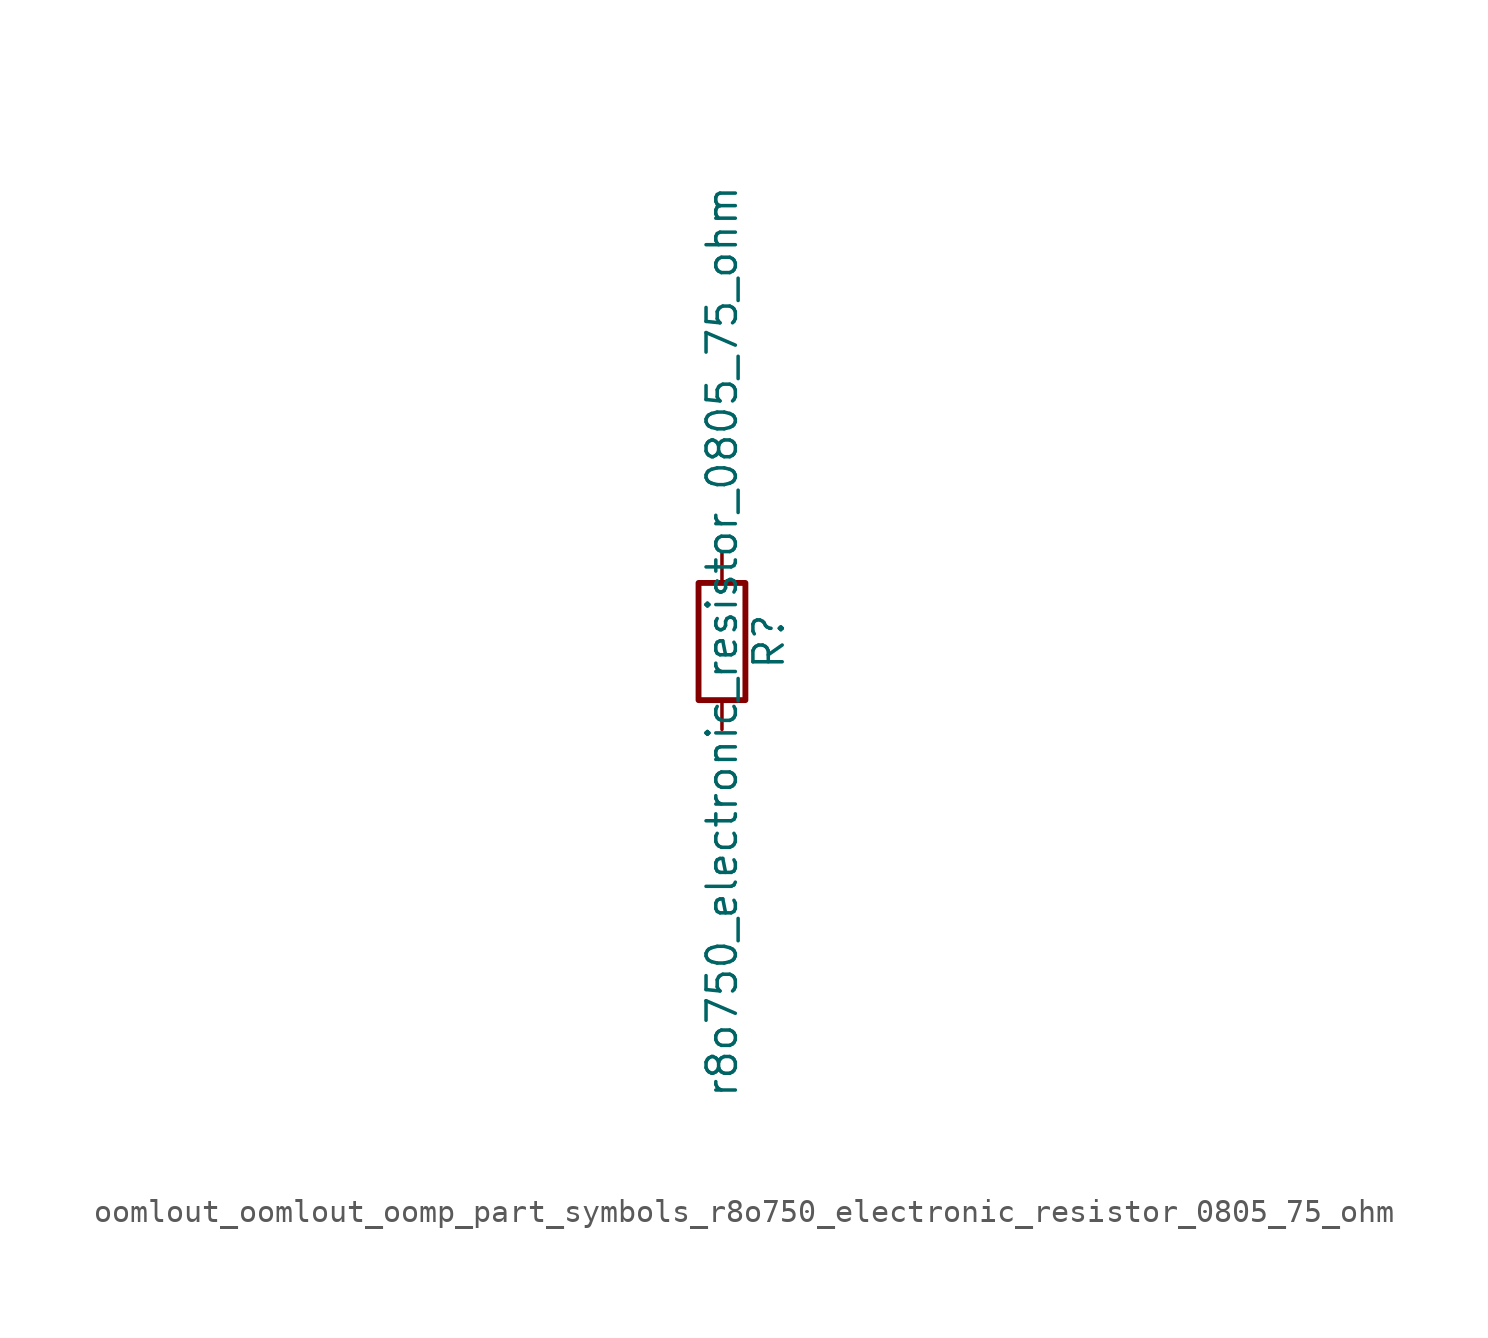
<source format=kicad_sym>
(kicad_symbol_lib
  (version 20220914)
  (generator kicad_symbol_editor)
  (symbol "oomlout_oomlout_oomp_part_symbols_r8o750_electronic_resistor_0805_75_ohm"
    (pin_numbers hide)
    (pin_names
      (offset 0))
    (property "Reference" "R"
      (at 2.032 0 90)
      (effects (font (size 1.27 1.27))))
    (property "Value" "r8o750_electronic_resistor_0805_75_ohm"
      (at 0 0 90)
      (effects (font (size 1.27 1.27))))
    (symbol "oomlout_oomlout_oomp_part_symbols_r8o750_electronic_resistor_0805_75_ohm_0_1"
      (rectangle (start -1.016 -2.54) (end 1.016 2.54) (stroke (width 0.254) (type default)) (fill (type none))))
    (symbol "oomlout_oomlout_oomp_part_symbols_r8o750_electronic_resistor_0805_75_ohm_1_1"
      (pin passive line (at 0 3.81 270) (length 1.27) (name "~" (effects (font (size 1.27 1.27)))) (number "1" (effects (font (size 1.27 1.27)))))
      (pin passive line (at 0 -3.81 90) (length 1.27) (name "~" (effects (font (size 1.27 1.27)))) (number "2" (effects (font (size 1.27 1.27))))))))
</source>
